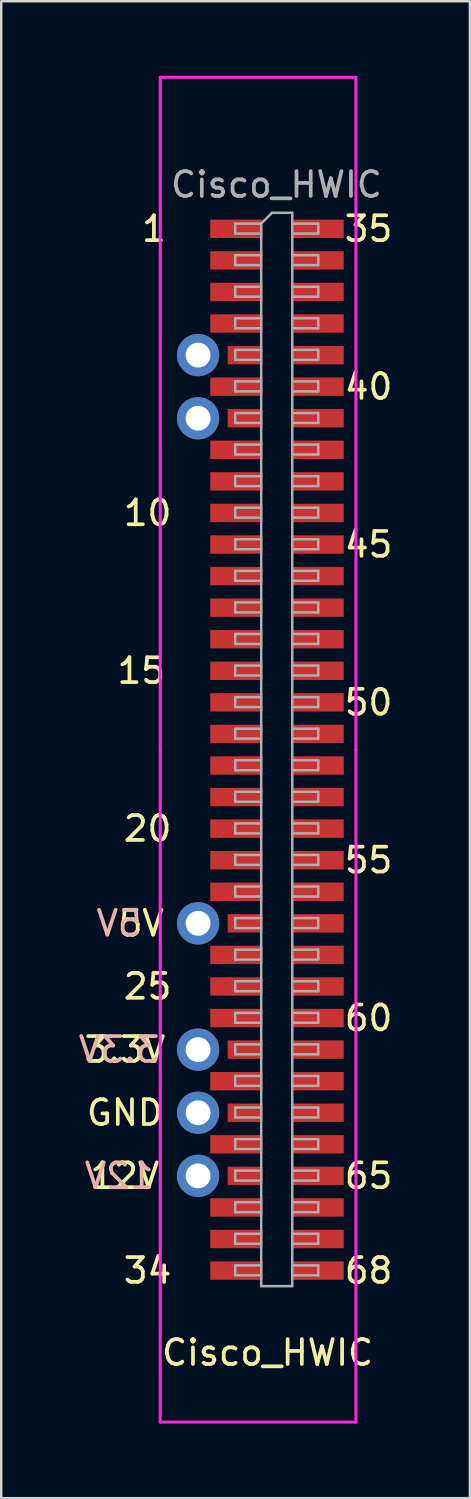
<source format=kicad_pcb>
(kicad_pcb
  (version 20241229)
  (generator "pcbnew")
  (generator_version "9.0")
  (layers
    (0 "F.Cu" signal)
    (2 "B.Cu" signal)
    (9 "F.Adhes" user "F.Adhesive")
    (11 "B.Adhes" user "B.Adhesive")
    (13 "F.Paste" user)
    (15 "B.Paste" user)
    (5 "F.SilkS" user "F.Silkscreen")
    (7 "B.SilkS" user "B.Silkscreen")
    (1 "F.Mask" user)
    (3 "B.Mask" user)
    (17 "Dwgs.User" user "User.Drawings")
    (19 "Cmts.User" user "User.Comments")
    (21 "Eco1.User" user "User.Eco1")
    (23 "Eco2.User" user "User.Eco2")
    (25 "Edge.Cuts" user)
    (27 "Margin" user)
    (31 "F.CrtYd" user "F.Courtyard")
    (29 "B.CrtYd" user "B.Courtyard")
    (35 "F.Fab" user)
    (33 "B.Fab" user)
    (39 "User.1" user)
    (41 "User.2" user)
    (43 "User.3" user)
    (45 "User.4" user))
  (footprint "Cisco_HWIC"
    (layer "F.Cu")
    (at 7.459 48.066)
    (property "Reference" "Cisco_HWIC" (at 0.254 3.302 0) (layer "F.SilkS") (effects (font (size 1 1) (thickness 0.15))))
    (attr smd)
    (fp_line (start -4.064 -48.006) (end -4.064 -20.955) (stroke (width 0.12) (type solid)) (layer "F.CrtYd"))
    (fp_line (start -4.064 -20.955) (end -4.064 6.096) (stroke (width 0.12) (type solid)) (layer "F.CrtYd"))
    (fp_line (start 3.81 -48.006) (end -4.064 -48.006) (stroke (width 0.12) (type solid)) (layer "F.CrtYd"))
    (fp_line (start 3.81 -48.006) (end 3.81 -20.955) (stroke (width 0.12) (type solid)) (layer "F.CrtYd"))
    (fp_line (start 3.81 -20.955) (end 3.81 6.096) (stroke (width 0.12) (type solid)) (layer "F.CrtYd"))
    (fp_line (start 3.81 6.096) (end -4.064 6.096) (stroke (width 0.12) (type solid)) (layer "F.CrtYd"))
    (fp_line (start -1.047 -42.12) (end -1.047 -41.72) (stroke (width 0.1) (type solid)) (layer "F.Fab"))
    (fp_line (start -1.047 -41.72) (end -0.002 -41.72) (stroke (width 0.1) (type solid)) (layer "F.Fab"))
    (fp_line (start -1.047 -40.85) (end -1.047 -40.45) (stroke (width 0.1) (type solid)) (layer "F.Fab"))
    (fp_line (start -1.047 -40.45) (end -0.002 -40.45) (stroke (width 0.1) (type solid)) (layer "F.Fab"))
    (fp_line (start -1.047 -39.58) (end -1.047 -39.18) (stroke (width 0.1) (type solid)) (layer "F.Fab"))
    (fp_line (start -1.047 -39.18) (end -0.002 -39.18) (stroke (width 0.1) (type solid)) (layer "F.Fab"))
    (fp_line (start -1.047 -38.31) (end -1.047 -37.91) (stroke (width 0.1) (type solid)) (layer "F.Fab"))
    (fp_line (start -1.047 -37.91) (end -0.002 -37.91) (stroke (width 0.1) (type solid)) (layer "F.Fab"))
    (fp_line (start -1.047 -37.04) (end -1.047 -36.64) (stroke (width 0.1) (type solid)) (layer "F.Fab"))
    (fp_line (start -1.047 -36.64) (end -0.002 -36.64) (stroke (width 0.1) (type solid)) (layer "F.Fab"))
    (fp_line (start -1.047 -35.77) (end -1.047 -35.37) (stroke (width 0.1) (type solid)) (layer "F.Fab"))
    (fp_line (start -1.047 -35.37) (end -0.002 -35.37) (stroke (width 0.1) (type solid)) (layer "F.Fab"))
    (fp_line (start -1.047 -34.5) (end -1.047 -34.1) (stroke (width 0.1) (type solid)) (layer "F.Fab"))
    (fp_line (start -1.047 -34.1) (end -0.002 -34.1) (stroke (width 0.1) (type solid)) (layer "F.Fab"))
    (fp_line (start -1.047 -33.23) (end -1.047 -32.83) (stroke (width 0.1) (type solid)) (layer "F.Fab"))
    (fp_line (start -1.047 -32.83) (end -0.002 -32.83) (stroke (width 0.1) (type solid)) (layer "F.Fab"))
    (fp_line (start -1.047 -31.96) (end -1.047 -31.56) (stroke (width 0.1) (type solid)) (layer "F.Fab"))
    (fp_line (start -1.047 -31.56) (end -0.002 -31.56) (stroke (width 0.1) (type solid)) (layer "F.Fab"))
    (fp_line (start -1.047 -30.69) (end -1.047 -30.29) (stroke (width 0.1) (type solid)) (layer "F.Fab"))
    (fp_line (start -1.047 -30.29) (end -0.002 -30.29) (stroke (width 0.1) (type solid)) (layer "F.Fab"))
    (fp_line (start -1.047 -29.42) (end -1.047 -29.02) (stroke (width 0.1) (type solid)) (layer "F.Fab"))
    (fp_line (start -1.047 -29.02) (end -0.002 -29.02) (stroke (width 0.1) (type solid)) (layer "F.Fab"))
    (fp_line (start -1.047 -28.15) (end -1.047 -27.75) (stroke (width 0.1) (type solid)) (layer "F.Fab"))
    (fp_line (start -1.047 -27.75) (end -0.002 -27.75) (stroke (width 0.1) (type solid)) (layer "F.Fab"))
    (fp_line (start -1.047 -26.88) (end -1.047 -26.48) (stroke (width 0.1) (type solid)) (layer "F.Fab"))
    (fp_line (start -1.047 -26.48) (end -0.002 -26.48) (stroke (width 0.1) (type solid)) (layer "F.Fab"))
    (fp_line (start -1.047 -25.61) (end -1.047 -25.21) (stroke (width 0.1) (type solid)) (layer "F.Fab"))
    (fp_line (start -1.047 -25.21) (end -0.002 -25.21) (stroke (width 0.1) (type solid)) (layer "F.Fab"))
    (fp_line (start -1.047 -24.34) (end -1.047 -23.94) (stroke (width 0.1) (type solid)) (layer "F.Fab"))
    (fp_line (start -1.047 -23.94) (end -0.002 -23.94) (stroke (width 0.1) (type solid)) (layer "F.Fab"))
    (fp_line (start -1.047 -23.07) (end -1.047 -22.67) (stroke (width 0.1) (type solid)) (layer "F.Fab"))
    (fp_line (start -1.047 -22.67) (end -0.002 -22.67) (stroke (width 0.1) (type solid)) (layer "F.Fab"))
    (fp_line (start -1.047 -21.8) (end -1.047 -21.4) (stroke (width 0.1) (type solid)) (layer "F.Fab"))
    (fp_line (start -1.047 -21.4) (end -0.002 -21.4) (stroke (width 0.1) (type solid)) (layer "F.Fab"))
    (fp_line (start -1.047 -20.53) (end -1.047 -20.13) (stroke (width 0.1) (type solid)) (layer "F.Fab"))
    (fp_line (start -1.047 -20.13) (end -0.002 -20.13) (stroke (width 0.1) (type solid)) (layer "F.Fab"))
    (fp_line (start -1.047 -19.26) (end -1.047 -18.86) (stroke (width 0.1) (type solid)) (layer "F.Fab"))
    (fp_line (start -1.047 -18.86) (end -0.002 -18.86) (stroke (width 0.1) (type solid)) (layer "F.Fab"))
    (fp_line (start -1.047 -17.99) (end -1.047 -17.59) (stroke (width 0.1) (type solid)) (layer "F.Fab"))
    (fp_line (start -1.047 -17.59) (end -0.002 -17.59) (stroke (width 0.1) (type solid)) (layer "F.Fab"))
    (fp_line (start -1.047 -16.72) (end -1.047 -16.32) (stroke (width 0.1) (type solid)) (layer "F.Fab"))
    (fp_line (start -1.047 -16.32) (end -0.002 -16.32) (stroke (width 0.1) (type solid)) (layer "F.Fab"))
    (fp_line (start -1.047 -15.45) (end -1.047 -15.05) (stroke (width 0.1) (type solid)) (layer "F.Fab"))
    (fp_line (start -1.047 -15.05) (end -0.002 -15.05) (stroke (width 0.1) (type solid)) (layer "F.Fab"))
    (fp_line (start -1.047 -14.18) (end -1.047 -13.78) (stroke (width 0.1) (type solid)) (layer "F.Fab"))
    (fp_line (start -1.047 -13.78) (end -0.002 -13.78) (stroke (width 0.1) (type solid)) (layer "F.Fab"))
    (fp_line (start -1.047 -12.91) (end -1.047 -12.51) (stroke (width 0.1) (type solid)) (layer "F.Fab"))
    (fp_line (start -1.047 -12.51) (end -0.002 -12.51) (stroke (width 0.1) (type solid)) (layer "F.Fab"))
    (fp_line (start -1.047 -11.64) (end -1.047 -11.24) (stroke (width 0.1) (type solid)) (layer "F.Fab"))
    (fp_line (start -1.047 -11.24) (end -0.002 -11.24) (stroke (width 0.1) (type solid)) (layer "F.Fab"))
    (fp_line (start -1.047 -10.37) (end -1.047 -9.97) (stroke (width 0.1) (type solid)) (layer "F.Fab"))
    (fp_line (start -1.047 -9.97) (end -0.002 -9.97) (stroke (width 0.1) (type solid)) (layer "F.Fab"))
    (fp_line (start -1.047 -9.1) (end -1.047 -8.7) (stroke (width 0.1) (type solid)) (layer "F.Fab"))
    (fp_line (start -1.047 -8.7) (end -0.002 -8.7) (stroke (width 0.1) (type solid)) (layer "F.Fab"))
    (fp_line (start -1.047 -7.83) (end -1.047 -7.43) (stroke (width 0.1) (type solid)) (layer "F.Fab"))
    (fp_line (start -1.047 -7.43) (end -0.002 -7.43) (stroke (width 0.1) (type solid)) (layer "F.Fab"))
    (fp_line (start -1.047 -6.56) (end -1.047 -6.16) (stroke (width 0.1) (type solid)) (layer "F.Fab"))
    (fp_line (start -1.047 -6.16) (end -0.002 -6.16) (stroke (width 0.1) (type solid)) (layer "F.Fab"))
    (fp_line (start -1.047 -5.29) (end -1.047 -4.89) (stroke (width 0.1) (type solid)) (layer "F.Fab"))
    (fp_line (start -1.047 -4.89) (end -0.002 -4.89) (stroke (width 0.1) (type solid)) (layer "F.Fab"))
    (fp_line (start -1.047 -4.02) (end -1.047 -3.62) (stroke (width 0.1) (type solid)) (layer "F.Fab"))
    (fp_line (start -1.047 -3.62) (end -0.002 -3.62) (stroke (width 0.1) (type solid)) (layer "F.Fab"))
    (fp_line (start -1.047 -2.75) (end -1.047 -2.35) (stroke (width 0.1) (type solid)) (layer "F.Fab"))
    (fp_line (start -1.047 -2.35) (end -0.002 -2.35) (stroke (width 0.1) (type solid)) (layer "F.Fab"))
    (fp_line (start -1.047 -1.48) (end -1.047 -1.08) (stroke (width 0.1) (type solid)) (layer "F.Fab"))
    (fp_line (start -1.047 -1.08) (end -0.002 -1.08) (stroke (width 0.1) (type solid)) (layer "F.Fab"))
    (fp_line (start -1.047 -0.21) (end -1.047 0.19) (stroke (width 0.1) (type solid)) (layer "F.Fab"))
    (fp_line (start -1.047 0.19) (end -0.002 0.19) (stroke (width 0.1) (type solid)) (layer "F.Fab"))
    (fp_line (start -0.002 -42.12) (end -1.047 -42.12) (stroke (width 0.1) (type solid)) (layer "F.Fab"))
    (fp_line (start -0.002 -42.12) (end 0.433 -42.555) (stroke (width 0.1) (type solid)) (layer "F.Fab"))
    (fp_line (start -0.002 -40.85) (end -1.047 -40.85) (stroke (width 0.1) (type solid)) (layer "F.Fab"))
    (fp_line (start -0.002 -39.58) (end -1.047 -39.58) (stroke (width 0.1) (type solid)) (layer "F.Fab"))
    (fp_line (start -0.002 -38.31) (end -1.047 -38.31) (stroke (width 0.1) (type solid)) (layer "F.Fab"))
    (fp_line (start -0.002 -37.04) (end -1.047 -37.04) (stroke (width 0.1) (type solid)) (layer "F.Fab"))
    (fp_line (start -0.002 -35.77) (end -1.047 -35.77) (stroke (width 0.1) (type solid)) (layer "F.Fab"))
    (fp_line (start -0.002 -34.5) (end -1.047 -34.5) (stroke (width 0.1) (type solid)) (layer "F.Fab"))
    (fp_line (start -0.002 -33.23) (end -1.047 -33.23) (stroke (width 0.1) (type solid)) (layer "F.Fab"))
    (fp_line (start -0.002 -31.96) (end -1.047 -31.96) (stroke (width 0.1) (type solid)) (layer "F.Fab"))
    (fp_line (start -0.002 -30.69) (end -1.047 -30.69) (stroke (width 0.1) (type solid)) (layer "F.Fab"))
    (fp_line (start -0.002 -29.42) (end -1.047 -29.42) (stroke (width 0.1) (type solid)) (layer "F.Fab"))
    (fp_line (start -0.002 -28.15) (end -1.047 -28.15) (stroke (width 0.1) (type solid)) (layer "F.Fab"))
    (fp_line (start -0.002 -26.88) (end -1.047 -26.88) (stroke (width 0.1) (type solid)) (layer "F.Fab"))
    (fp_line (start -0.002 -25.61) (end -1.047 -25.61) (stroke (width 0.1) (type solid)) (layer "F.Fab"))
    (fp_line (start -0.002 -24.34) (end -1.047 -24.34) (stroke (width 0.1) (type solid)) (layer "F.Fab"))
    (fp_line (start -0.002 -23.07) (end -1.047 -23.07) (stroke (width 0.1) (type solid)) (layer "F.Fab"))
    (fp_line (start -0.002 -21.8) (end -1.047 -21.8) (stroke (width 0.1) (type solid)) (layer "F.Fab"))
    (fp_line (start -0.002 -20.53) (end -1.047 -20.53) (stroke (width 0.1) (type solid)) (layer "F.Fab"))
    (fp_line (start -0.002 -19.26) (end -1.047 -19.26) (stroke (width 0.1) (type solid)) (layer "F.Fab"))
    (fp_line (start -0.002 -17.99) (end -1.047 -17.99) (stroke (width 0.1) (type solid)) (layer "F.Fab"))
    (fp_line (start -0.002 -16.72) (end -1.047 -16.72) (stroke (width 0.1) (type solid)) (layer "F.Fab"))
    (fp_line (start -0.002 -15.45) (end -1.047 -15.45) (stroke (width 0.1) (type solid)) (layer "F.Fab"))
    (fp_line (start -0.002 -14.18) (end -1.047 -14.18) (stroke (width 0.1) (type solid)) (layer "F.Fab"))
    (fp_line (start -0.002 -12.91) (end -1.047 -12.91) (stroke (width 0.1) (type solid)) (layer "F.Fab"))
    (fp_line (start -0.002 -11.64) (end -1.047 -11.64) (stroke (width 0.1) (type solid)) (layer "F.Fab"))
    (fp_line (start -0.002 -10.37) (end -1.047 -10.37) (stroke (width 0.1) (type solid)) (layer "F.Fab"))
    (fp_line (start -0.002 -9.1) (end -1.047 -9.1) (stroke (width 0.1) (type solid)) (layer "F.Fab"))
    (fp_line (start -0.002 -7.83) (end -1.047 -7.83) (stroke (width 0.1) (type solid)) (layer "F.Fab"))
    (fp_line (start -0.002 -6.56) (end -1.047 -6.56) (stroke (width 0.1) (type solid)) (layer "F.Fab"))
    (fp_line (start -0.002 -5.29) (end -1.047 -5.29) (stroke (width 0.1) (type solid)) (layer "F.Fab"))
    (fp_line (start -0.002 -4.02) (end -1.047 -4.02) (stroke (width 0.1) (type solid)) (layer "F.Fab"))
    (fp_line (start -0.002 -2.75) (end -1.047 -2.75) (stroke (width 0.1) (type solid)) (layer "F.Fab"))
    (fp_line (start -0.002 -1.48) (end -1.047 -1.48) (stroke (width 0.1) (type solid)) (layer "F.Fab"))
    (fp_line (start -0.002 -0.21) (end -1.047 -0.21) (stroke (width 0.1) (type solid)) (layer "F.Fab"))
    (fp_line (start -0.002 0.625) (end -0.002 -42.12) (stroke (width 0.1) (type solid)) (layer "F.Fab"))
    (fp_line (start 0.433 -42.555) (end 1.249 -42.555) (stroke (width 0.1) (type solid)) (layer "F.Fab"))
    (fp_line (start 1.249 -42.555) (end 1.249 0.625) (stroke (width 0.1) (type solid)) (layer "F.Fab"))
    (fp_line (start 1.249 -42.12) (end 2.294 -42.12) (stroke (width 0.1) (type solid)) (layer "F.Fab"))
    (fp_line (start 1.249 -40.85) (end 2.294 -40.85) (stroke (width 0.1) (type solid)) (layer "F.Fab"))
    (fp_line (start 1.249 -39.58) (end 2.294 -39.58) (stroke (width 0.1) (type solid)) (layer "F.Fab"))
    (fp_line (start 1.249 -38.31) (end 2.294 -38.31) (stroke (width 0.1) (type solid)) (layer "F.Fab"))
    (fp_line (start 1.249 -37.04) (end 2.294 -37.04) (stroke (width 0.1) (type solid)) (layer "F.Fab"))
    (fp_line (start 1.249 -35.77) (end 2.294 -35.77) (stroke (width 0.1) (type solid)) (layer "F.Fab"))
    (fp_line (start 1.249 -34.5) (end 2.294 -34.5) (stroke (width 0.1) (type solid)) (layer "F.Fab"))
    (fp_line (start 1.249 -33.23) (end 2.294 -33.23) (stroke (width 0.1) (type solid)) (layer "F.Fab"))
    (fp_line (start 1.249 -31.96) (end 2.294 -31.96) (stroke (width 0.1) (type solid)) (layer "F.Fab"))
    (fp_line (start 1.249 -30.69) (end 2.294 -30.69) (stroke (width 0.1) (type solid)) (layer "F.Fab"))
    (fp_line (start 1.249 -29.42) (end 2.294 -29.42) (stroke (width 0.1) (type solid)) (layer "F.Fab"))
    (fp_line (start 1.249 -28.15) (end 2.294 -28.15) (stroke (width 0.1) (type solid)) (layer "F.Fab"))
    (fp_line (start 1.249 -26.88) (end 2.294 -26.88) (stroke (width 0.1) (type solid)) (layer "F.Fab"))
    (fp_line (start 1.249 -25.61) (end 2.294 -25.61) (stroke (width 0.1) (type solid)) (layer "F.Fab"))
    (fp_line (start 1.249 -24.34) (end 2.294 -24.34) (stroke (width 0.1) (type solid)) (layer "F.Fab"))
    (fp_line (start 1.249 -23.07) (end 2.294 -23.07) (stroke (width 0.1) (type solid)) (layer "F.Fab"))
    (fp_line (start 1.249 -21.8) (end 2.294 -21.8) (stroke (width 0.1) (type solid)) (layer "F.Fab"))
    (fp_line (start 1.249 -20.53) (end 2.294 -20.53) (stroke (width 0.1) (type solid)) (layer "F.Fab"))
    (fp_line (start 1.249 -19.26) (end 2.294 -19.26) (stroke (width 0.1) (type solid)) (layer "F.Fab"))
    (fp_line (start 1.249 -17.99) (end 2.294 -17.99) (stroke (width 0.1) (type solid)) (layer "F.Fab"))
    (fp_line (start 1.249 -16.72) (end 2.294 -16.72) (stroke (width 0.1) (type solid)) (layer "F.Fab"))
    (fp_line (start 1.249 -15.45) (end 2.294 -15.45) (stroke (width 0.1) (type solid)) (layer "F.Fab"))
    (fp_line (start 1.249 -14.18) (end 2.294 -14.18) (stroke (width 0.1) (type solid)) (layer "F.Fab"))
    (fp_line (start 1.249 -12.91) (end 2.294 -12.91) (stroke (width 0.1) (type solid)) (layer "F.Fab"))
    (fp_line (start 1.249 -11.64) (end 2.294 -11.64) (stroke (width 0.1) (type solid)) (layer "F.Fab"))
    (fp_line (start 1.249 -10.37) (end 2.294 -10.37) (stroke (width 0.1) (type solid)) (layer "F.Fab"))
    (fp_line (start 1.249 -9.1) (end 2.294 -9.1) (stroke (width 0.1) (type solid)) (layer "F.Fab"))
    (fp_line (start 1.249 -7.83) (end 2.294 -7.83) (stroke (width 0.1) (type solid)) (layer "F.Fab"))
    (fp_line (start 1.249 -6.56) (end 2.294 -6.56) (stroke (width 0.1) (type solid)) (layer "F.Fab"))
    (fp_line (start 1.249 -5.29) (end 2.294 -5.29) (stroke (width 0.1) (type solid)) (layer "F.Fab"))
    (fp_line (start 1.249 -4.02) (end 2.294 -4.02) (stroke (width 0.1) (type solid)) (layer "F.Fab"))
    (fp_line (start 1.249 -2.75) (end 2.294 -2.75) (stroke (width 0.1) (type solid)) (layer "F.Fab"))
    (fp_line (start 1.249 -1.48) (end 2.294 -1.48) (stroke (width 0.1) (type solid)) (layer "F.Fab"))
    (fp_line (start 1.249 -0.21) (end 2.294 -0.21) (stroke (width 0.1) (type solid)) (layer "F.Fab"))
    (fp_line (start 1.249 0.625) (end -0.002 0.625) (stroke (width 0.1) (type solid)) (layer "F.Fab"))
    (fp_line (start 2.294 -42.12) (end 2.294 -41.72) (stroke (width 0.1) (type solid)) (layer "F.Fab"))
    (fp_line (start 2.294 -41.72) (end 1.249 -41.72) (stroke (width 0.1) (type solid)) (layer "F.Fab"))
    (fp_line (start 2.294 -40.85) (end 2.294 -40.45) (stroke (width 0.1) (type solid)) (layer "F.Fab"))
    (fp_line (start 2.294 -40.45) (end 1.249 -40.45) (stroke (width 0.1) (type solid)) (layer "F.Fab"))
    (fp_line (start 2.294 -39.58) (end 2.294 -39.18) (stroke (width 0.1) (type solid)) (layer "F.Fab"))
    (fp_line (start 2.294 -39.18) (end 1.249 -39.18) (stroke (width 0.1) (type solid)) (layer "F.Fab"))
    (fp_line (start 2.294 -38.31) (end 2.294 -37.91) (stroke (width 0.1) (type solid)) (layer "F.Fab"))
    (fp_line (start 2.294 -37.91) (end 1.249 -37.91) (stroke (width 0.1) (type solid)) (layer "F.Fab"))
    (fp_line (start 2.294 -37.04) (end 2.294 -36.64) (stroke (width 0.1) (type solid)) (layer "F.Fab"))
    (fp_line (start 2.294 -36.64) (end 1.249 -36.64) (stroke (width 0.1) (type solid)) (layer "F.Fab"))
    (fp_line (start 2.294 -35.77) (end 2.294 -35.37) (stroke (width 0.1) (type solid)) (layer "F.Fab"))
    (fp_line (start 2.294 -35.37) (end 1.249 -35.37) (stroke (width 0.1) (type solid)) (layer "F.Fab"))
    (fp_line (start 2.294 -34.5) (end 2.294 -34.1) (stroke (width 0.1) (type solid)) (layer "F.Fab"))
    (fp_line (start 2.294 -34.1) (end 1.249 -34.1) (stroke (width 0.1) (type solid)) (layer "F.Fab"))
    (fp_line (start 2.294 -33.23) (end 2.294 -32.83) (stroke (width 0.1) (type solid)) (layer "F.Fab"))
    (fp_line (start 2.294 -32.83) (end 1.249 -32.83) (stroke (width 0.1) (type solid)) (layer "F.Fab"))
    (fp_line (start 2.294 -31.96) (end 2.294 -31.56) (stroke (width 0.1) (type solid)) (layer "F.Fab"))
    (fp_line (start 2.294 -31.56) (end 1.249 -31.56) (stroke (width 0.1) (type solid)) (layer "F.Fab"))
    (fp_line (start 2.294 -30.69) (end 2.294 -30.29) (stroke (width 0.1) (type solid)) (layer "F.Fab"))
    (fp_line (start 2.294 -30.29) (end 1.249 -30.29) (stroke (width 0.1) (type solid)) (layer "F.Fab"))
    (fp_line (start 2.294 -29.42) (end 2.294 -29.02) (stroke (width 0.1) (type solid)) (layer "F.Fab"))
    (fp_line (start 2.294 -29.02) (end 1.249 -29.02) (stroke (width 0.1) (type solid)) (layer "F.Fab"))
    (fp_line (start 2.294 -28.15) (end 2.294 -27.75) (stroke (width 0.1) (type solid)) (layer "F.Fab"))
    (fp_line (start 2.294 -27.75) (end 1.249 -27.75) (stroke (width 0.1) (type solid)) (layer "F.Fab"))
    (fp_line (start 2.294 -26.88) (end 2.294 -26.48) (stroke (width 0.1) (type solid)) (layer "F.Fab"))
    (fp_line (start 2.294 -26.48) (end 1.249 -26.48) (stroke (width 0.1) (type solid)) (layer "F.Fab"))
    (fp_line (start 2.294 -25.61) (end 2.294 -25.21) (stroke (width 0.1) (type solid)) (layer "F.Fab"))
    (fp_line (start 2.294 -25.21) (end 1.249 -25.21) (stroke (width 0.1) (type solid)) (layer "F.Fab"))
    (fp_line (start 2.294 -24.34) (end 2.294 -23.94) (stroke (width 0.1) (type solid)) (layer "F.Fab"))
    (fp_line (start 2.294 -23.94) (end 1.249 -23.94) (stroke (width 0.1) (type solid)) (layer "F.Fab"))
    (fp_line (start 2.294 -23.07) (end 2.294 -22.67) (stroke (width 0.1) (type solid)) (layer "F.Fab"))
    (fp_line (start 2.294 -22.67) (end 1.249 -22.67) (stroke (width 0.1) (type solid)) (layer "F.Fab"))
    (fp_line (start 2.294 -21.8) (end 2.294 -21.4) (stroke (width 0.1) (type solid)) (layer "F.Fab"))
    (fp_line (start 2.294 -21.4) (end 1.249 -21.4) (stroke (width 0.1) (type solid)) (layer "F.Fab"))
    (fp_line (start 2.294 -20.53) (end 2.294 -20.13) (stroke (width 0.1) (type solid)) (layer "F.Fab"))
    (fp_line (start 2.294 -20.13) (end 1.249 -20.13) (stroke (width 0.1) (type solid)) (layer "F.Fab"))
    (fp_line (start 2.294 -19.26) (end 2.294 -18.86) (stroke (width 0.1) (type solid)) (layer "F.Fab"))
    (fp_line (start 2.294 -18.86) (end 1.249 -18.86) (stroke (width 0.1) (type solid)) (layer "F.Fab"))
    (fp_line (start 2.294 -17.99) (end 2.294 -17.59) (stroke (width 0.1) (type solid)) (layer "F.Fab"))
    (fp_line (start 2.294 -17.59) (end 1.249 -17.59) (stroke (width 0.1) (type solid)) (layer "F.Fab"))
    (fp_line (start 2.294 -16.72) (end 2.294 -16.32) (stroke (width 0.1) (type solid)) (layer "F.Fab"))
    (fp_line (start 2.294 -16.32) (end 1.249 -16.32) (stroke (width 0.1) (type solid)) (layer "F.Fab"))
    (fp_line (start 2.294 -15.45) (end 2.294 -15.05) (stroke (width 0.1) (type solid)) (layer "F.Fab"))
    (fp_line (start 2.294 -15.05) (end 1.249 -15.05) (stroke (width 0.1) (type solid)) (layer "F.Fab"))
    (fp_line (start 2.294 -14.18) (end 2.294 -13.78) (stroke (width 0.1) (type solid)) (layer "F.Fab"))
    (fp_line (start 2.294 -13.78) (end 1.249 -13.78) (stroke (width 0.1) (type solid)) (layer "F.Fab"))
    (fp_line (start 2.294 -12.91) (end 2.294 -12.51) (stroke (width 0.1) (type solid)) (layer "F.Fab"))
    (fp_line (start 2.294 -12.51) (end 1.249 -12.51) (stroke (width 0.1) (type solid)) (layer "F.Fab"))
    (fp_line (start 2.294 -11.64) (end 2.294 -11.24) (stroke (width 0.1) (type solid)) (layer "F.Fab"))
    (fp_line (start 2.294 -11.24) (end 1.249 -11.24) (stroke (width 0.1) (type solid)) (layer "F.Fab"))
    (fp_line (start 2.294 -10.37) (end 2.294 -9.97) (stroke (width 0.1) (type solid)) (layer "F.Fab"))
    (fp_line (start 2.294 -9.97) (end 1.249 -9.97) (stroke (width 0.1) (type solid)) (layer "F.Fab"))
    (fp_line (start 2.294 -9.1) (end 2.294 -8.7) (stroke (width 0.1) (type solid)) (layer "F.Fab"))
    (fp_line (start 2.294 -8.7) (end 1.249 -8.7) (stroke (width 0.1) (type solid)) (layer "F.Fab"))
    (fp_line (start 2.294 -7.83) (end 2.294 -7.43) (stroke (width 0.1) (type solid)) (layer "F.Fab"))
    (fp_line (start 2.294 -7.43) (end 1.249 -7.43) (stroke (width 0.1) (type solid)) (layer "F.Fab"))
    (fp_line (start 2.294 -6.56) (end 2.294 -6.16) (stroke (width 0.1) (type solid)) (layer "F.Fab"))
    (fp_line (start 2.294 -6.16) (end 1.249 -6.16) (stroke (width 0.1) (type solid)) (layer "F.Fab"))
    (fp_line (start 2.294 -5.29) (end 2.294 -4.89) (stroke (width 0.1) (type solid)) (layer "F.Fab"))
    (fp_line (start 2.294 -4.89) (end 1.249 -4.89) (stroke (width 0.1) (type solid)) (layer "F.Fab"))
    (fp_line (start 2.294 -4.02) (end 2.294 -3.62) (stroke (width 0.1) (type solid)) (layer "F.Fab"))
    (fp_line (start 2.294 -3.62) (end 1.249 -3.62) (stroke (width 0.1) (type solid)) (layer "F.Fab"))
    (fp_line (start 2.294 -2.75) (end 2.294 -2.35) (stroke (width 0.1) (type solid)) (layer "F.Fab"))
    (fp_line (start 2.294 -2.35) (end 1.249 -2.35) (stroke (width 0.1) (type solid)) (layer "F.Fab"))
    (fp_line (start 2.294 -1.48) (end 2.294 -1.08) (stroke (width 0.1) (type solid)) (layer "F.Fab"))
    (fp_line (start 2.294 -1.08) (end 1.249 -1.08) (stroke (width 0.1) (type solid)) (layer "F.Fab"))
    (fp_line (start 2.294 -0.21) (end 2.294 0.19) (stroke (width 0.1) (type solid)) (layer "F.Fab"))
    (fp_line (start 2.294 0.19) (end 1.249 0.19) (stroke (width 0.1) (type solid)) (layer "F.Fab"))
    (fp_text user "15" (at -4.826 -24.13 0) (layer "F.SilkS") (effects (font (size 1 1) (thickness 0.15))))
    (fp_text user "10" (at -4.572 -30.48 0) (layer "F.SilkS") (effects (font (size 1 1) (thickness 0.15))))
    (fp_text user "35" (at 4.318 -41.91 0) (layer "F.SilkS") (effects (font (size 1 1) (thickness 0.15))))
    (fp_text user "40" (at 4.318 -35.56 0) (layer "F.SilkS") (effects (font (size 1 1) (thickness 0.15))))
    (fp_text user "55" (at 4.318 -16.51 0) (layer "F.SilkS") (effects (font (size 1 1) (thickness 0.15))))
    (fp_text user "12V" (at -5.485 -3.81 0) (layer "F.SilkS") (effects (font (size 1 1) (thickness 0.15))))
    (fp_text user "68" (at 4.318 0 0) (layer "F.SilkS") (effects (font (size 1 1) (thickness 0.15))))
    (fp_text user "60" (at 4.318 -10.16 0) (layer "F.SilkS") (effects (font (size 1 1) (thickness 0.15))))
    (fp_text user "65" (at 4.318 -3.81 0) (layer "F.SilkS") (effects (font (size 1 1) (thickness 0.15))))
    (fp_text user "5V" (at -4.826 -13.97 0) (layer "F.SilkS") (effects (font (size 1 1) (thickness 0.15))))
    (fp_text user "20" (at -4.572 -17.78 0) (layer "F.SilkS") (effects (font (size 1 1) (thickness 0.15))))
    (fp_text user "50" (at 4.318 -22.86 0) (layer "F.SilkS") (effects (font (size 1 1) (thickness 0.15))))
    (fp_text user "25" (at -4.572 -11.43 0) (layer "F.SilkS") (effects (font (size 1 1) (thickness 0.15))))
    (fp_text user "1" (at -4.318 -41.91 0) (layer "F.SilkS") (effects (font (size 1 1) (thickness 0.15))))
    (fp_text user "45" (at 4.318 -29.21 0) (layer "F.SilkS") (effects (font (size 1 1) (thickness 0.15))))
    (fp_text user "3.3V" (at -5.485 -8.89 0) (layer "F.SilkS") (effects (font (size 1 1) (thickness 0.15))))
    (fp_text user "GND" (at -5.485 -6.35 0) (layer "F.SilkS") (effects (font (size 1 1) (thickness 0.15))))
    (fp_text user "34" (at -4.572 0 0) (layer "F.SilkS") (effects (font (size 1 1) (thickness 0.15))))
    (fp_text user "12V" (at -5.715 -3.81 0) (layer "B.SilkS") (effects (font (size 1 1) (thickness 0.15)) (justify mirror)))
    (fp_text user "3.3V" (at -5.715 -8.89 0) (layer "B.SilkS") (effects (font (size 1 1) (thickness 0.15)) (justify mirror)))
    (fp_text user "5V" (at -5.715 -13.97 0) (layer "B.SilkS") (effects (font (size 1 1) (thickness 0.15)) (justify mirror)))
    (fp_text user "${REFERENCE}" (at 0.61 -43.688 180) (layer "F.Fab") (effects (font (size 1 1) (thickness 0.15))))
    (pad "1" smd rect (at 0 -41.91) (size 2.1 0.74) (drill (offset -1 0)) (layers "F.Cu" "F.Mask" "F.Paste"))
    (pad "2" smd rect (at 0 -40.64) (size 2.1 0.74) (drill (offset -1 0)) (layers "F.Cu" "F.Mask" "F.Paste"))
    (pad "3" smd rect (at 0 -39.37) (size 2.1 0.74) (drill (offset -1 0)) (layers "F.Cu" "F.Mask" "F.Paste"))
    (pad "4" smd rect (at 0 -38.1) (size 2.1 0.74) (drill (offset -1 0)) (layers "F.Cu" "F.Mask" "F.Paste"))
    (pad "5" smd rect (at 0 -36.83) (size 1.4 0.74) (drill (offset -0.65 0)) (layers "F.Cu" "F.Mask" "F.Paste"))
    (pad "6" smd rect (at 0 -35.56) (size 2.1 0.74) (drill (offset -1 0)) (layers "F.Cu" "F.Mask" "F.Paste"))
    (pad "7" smd rect (at 0 -34.29) (size 1.4 0.74) (drill (offset -0.65 0)) (layers "F.Cu" "F.Mask" "F.Paste"))
    (pad "8" smd rect (at 0 -33.02) (size 2.1 0.74) (drill (offset -1 0)) (layers "F.Cu" "F.Mask" "F.Paste"))
    (pad "9" smd rect (at 0 -31.75) (size 2.1 0.74) (drill (offset -1 0)) (layers "F.Cu" "F.Mask" "F.Paste"))
    (pad "10" smd rect (at 0 -30.48) (size 2.1 0.74) (drill (offset -1 0)) (layers "F.Cu" "F.Mask" "F.Paste"))
    (pad "11" smd rect (at 0 -29.21) (size 2.1 0.74) (drill (offset -1 0)) (layers "F.Cu" "F.Mask" "F.Paste"))
    (pad "12" smd rect (at 0 -27.94) (size 2.1 0.74) (drill (offset -1 0)) (layers "F.Cu" "F.Mask" "F.Paste"))
    (pad "13" smd rect (at 0 -26.67) (size 2.1 0.74) (drill (offset -1 0)) (layers "F.Cu" "F.Mask" "F.Paste"))
    (pad "14" smd rect (at 0 -25.4) (size 2.1 0.74) (drill (offset -1 0)) (layers "F.Cu" "F.Mask" "F.Paste"))
    (pad "15" smd rect (at 0 -24.13) (size 2.1 0.74) (drill (offset -1 0)) (layers "F.Cu" "F.Mask" "F.Paste"))
    (pad "16" smd rect (at 0 -22.86) (size 2.1 0.74) (drill (offset -1 0)) (layers "F.Cu" "F.Mask" "F.Paste"))
    (pad "17" smd rect (at 0 -21.59) (size 2.1 0.74) (drill (offset -1 0)) (layers "F.Cu" "F.Mask" "F.Paste"))
    (pad "18" smd rect (at 0 -20.32) (size 2.1 0.74) (drill (offset -1 0)) (layers "F.Cu" "F.Mask" "F.Paste"))
    (pad "19" smd rect (at 0 -19.05) (size 2.1 0.74) (drill (offset -1 0)) (layers "F.Cu" "F.Mask" "F.Paste"))
    (pad "20" smd rect (at 0 -17.78) (size 2.1 0.74) (drill (offset -1 0)) (layers "F.Cu" "F.Mask" "F.Paste"))
    (pad "21" smd rect (at 0 -16.51) (size 2.1 0.74) (drill (offset -1 0)) (layers "F.Cu" "F.Mask" "F.Paste"))
    (pad "22" smd rect (at 0 -15.24) (size 2.1 0.74) (drill (offset -1 0)) (layers "F.Cu" "F.Mask" "F.Paste"))
    (pad "23" smd rect (at 0 -13.97) (size 1.4 0.74) (drill (offset -0.65 0)) (layers "F.Cu" "F.Mask" "F.Paste"))
    (pad "24" smd rect (at 0 -12.7) (size 2.1 0.74) (drill (offset -1 0)) (layers "F.Cu" "F.Mask" "F.Paste"))
    (pad "25" smd rect (at 0 -11.43) (size 2.1 0.74) (drill (offset -1 0)) (layers "F.Cu" "F.Mask" "F.Paste"))
    (pad "26" smd rect (at 0 -10.16) (size 2.1 0.74) (drill (offset -1 0)) (layers "F.Cu" "F.Mask" "F.Paste"))
    (pad "27" smd rect (at 0 -8.89) (size 1.4 0.74) (drill (offset -0.65 0)) (layers "F.Cu" "F.Mask" "F.Paste"))
    (pad "28" smd rect (at 0 -7.62) (size 2.1 0.74) (drill (offset -1 0)) (layers "F.Cu" "F.Mask" "F.Paste"))
    (pad "29" smd rect (at 0 -6.35) (size 1.4 0.74) (drill (offset -0.65 0)) (layers "F.Cu" "F.Mask" "F.Paste"))
    (pad "30" smd rect (at 0 -5.08) (size 2.1 0.74) (drill (offset -1 0)) (layers "F.Cu" "F.Mask" "F.Paste"))
    (pad "31" smd rect (at 0 -3.81) (size 1.4 0.74) (drill (offset -0.65 0)) (layers "F.Cu" "F.Mask" "F.Paste"))
    (pad "32" smd rect (at 0 -2.54) (size 2.1 0.74) (drill (offset -1 0)) (layers "F.Cu" "F.Mask" "F.Paste"))
    (pad "33" smd rect (at 0 -1.27) (size 2.1 0.74) (drill (offset -1 0)) (layers "F.Cu" "F.Mask" "F.Paste"))
    (pad "34" smd rect (at 0 0) (size 2.1 0.74) (drill (offset -1 0)) (layers "F.Cu" "F.Mask" "F.Paste"))
    (pad "35" smd rect (at 1.27 -41.91) (size 2.1 0.74) (drill (offset 1 0)) (layers "F.Cu" "F.Mask" "F.Paste"))
    (pad "36" smd rect (at 1.27 -40.64) (size 2.1 0.74) (drill (offset 1 0)) (layers "F.Cu" "F.Mask" "F.Paste"))
    (pad "37" smd rect (at 1.27 -39.37) (size 2.1 0.74) (drill (offset 1 0)) (layers "F.Cu" "F.Mask" "F.Paste"))
    (pad "38" smd rect (at 1.27 -38.1) (size 2.1 0.74) (drill (offset 1 0)) (layers "F.Cu" "F.Mask" "F.Paste"))
    (pad "39" smd rect (at 1.27 -36.83) (size 2.1 0.74) (drill (offset 1 0)) (layers "F.Cu" "F.Mask" "F.Paste"))
    (pad "40" smd rect (at 1.27 -35.56) (size 2.1 0.74) (drill (offset 1 0)) (layers "F.Cu" "F.Mask" "F.Paste"))
    (pad "41" smd rect (at 1.27 -34.29) (size 2.1 0.74) (drill (offset 1 0)) (layers "F.Cu" "F.Mask" "F.Paste"))
    (pad "42" smd rect (at 1.27 -33.02) (size 2.1 0.74) (drill (offset 1 0)) (layers "F.Cu" "F.Mask" "F.Paste"))
    (pad "43" smd rect (at 1.27 -31.75) (size 2.1 0.74) (drill (offset 1 0)) (layers "F.Cu" "F.Mask" "F.Paste"))
    (pad "44" smd rect (at 1.27 -30.48) (size 2.1 0.74) (drill (offset 1 0)) (layers "F.Cu" "F.Mask" "F.Paste"))
    (pad "45" smd rect (at 1.27 -29.21) (size 2.1 0.74) (drill (offset 1 0)) (layers "F.Cu" "F.Mask" "F.Paste"))
    (pad "46" smd rect (at 1.27 -27.94) (size 2.1 0.74) (drill (offset 1 0)) (layers "F.Cu" "F.Mask" "F.Paste"))
    (pad "47" smd rect (at 1.27 -26.67) (size 2.1 0.74) (drill (offset 1 0)) (layers "F.Cu" "F.Mask" "F.Paste"))
    (pad "48" smd rect (at 1.27 -25.4) (size 2.1 0.74) (drill (offset 1 0)) (layers "F.Cu" "F.Mask" "F.Paste"))
    (pad "49" smd rect (at 1.27 -24.13) (size 2.1 0.74) (drill (offset 1 0)) (layers "F.Cu" "F.Mask" "F.Paste"))
    (pad "50" smd rect (at 1.27 -22.86) (size 2.1 0.74) (drill (offset 1 0)) (layers "F.Cu" "F.Mask" "F.Paste"))
    (pad "51" smd rect (at 1.27 -21.59) (size 2.1 0.74) (drill (offset 1 0)) (layers "F.Cu" "F.Mask" "F.Paste"))
    (pad "52" smd rect (at 1.27 -20.32) (size 2.1 0.74) (drill (offset 1 0)) (layers "F.Cu" "F.Mask" "F.Paste"))
    (pad "53" smd rect (at 1.27 -19.05) (size 2.1 0.74) (drill (offset 1 0)) (layers "F.Cu" "F.Mask" "F.Paste"))
    (pad "54" smd rect (at 1.27 -17.78) (size 2.1 0.74) (drill (offset 1 0)) (layers "F.Cu" "F.Mask" "F.Paste"))
    (pad "55" smd rect (at 1.27 -16.51) (size 2.1 0.74) (drill (offset 1 0)) (layers "F.Cu" "F.Mask" "F.Paste"))
    (pad "56" smd rect (at 1.27 -15.24) (size 2.1 0.74) (drill (offset 1 0)) (layers "F.Cu" "F.Mask" "F.Paste"))
    (pad "57" smd rect (at 1.27 -13.97) (size 2.1 0.74) (drill (offset 1 0)) (layers "F.Cu" "F.Mask" "F.Paste"))
    (pad "58" smd rect (at 1.27 -12.7) (size 2.1 0.74) (drill (offset 1 0)) (layers "F.Cu" "F.Mask" "F.Paste"))
    (pad "59" smd rect (at 1.27 -11.43) (size 2.1 0.74) (drill (offset 1 0)) (layers "F.Cu" "F.Mask" "F.Paste"))
    (pad "60" smd rect (at 1.27 -10.16) (size 2.1 0.74) (drill (offset 1 0)) (layers "F.Cu" "F.Mask" "F.Paste"))
    (pad "61" smd rect (at 1.27 -8.89) (size 2.1 0.74) (drill (offset 1 0)) (layers "F.Cu" "F.Mask" "F.Paste"))
    (pad "62" smd rect (at 1.27 -7.62) (size 2.1 0.74) (drill (offset 1 0)) (layers "F.Cu" "F.Mask" "F.Paste"))
    (pad "63" smd rect (at 1.27 -6.35) (size 2.1 0.74) (drill (offset 1 0)) (layers "F.Cu" "F.Mask" "F.Paste"))
    (pad "64" smd rect (at 1.27 -5.08) (size 2.1 0.74) (drill (offset 1 0)) (layers "F.Cu" "F.Mask" "F.Paste"))
    (pad "65" smd rect (at 1.27 -3.81) (size 2.1 0.74) (drill (offset 1 0)) (layers "F.Cu" "F.Mask" "F.Paste"))
    (pad "66" smd rect (at 1.27 -2.54) (size 2.1 0.74) (drill (offset 1 0)) (layers "F.Cu" "F.Mask" "F.Paste"))
    (pad "67" smd rect (at 1.27 -1.27) (size 2.1 0.74) (drill (offset 1 0)) (layers "F.Cu" "F.Mask" "F.Paste"))
    (pad "68" smd rect (at 1.27 0) (size 2.1 0.74) (drill (offset 1 0)) (layers "F.Cu" "F.Mask" "F.Paste"))
    (pad "71" thru_hole oval (at -2.54 -36.83) (size 1.7 1.7) (drill 1) (layers "*.Cu" "*.Mask"))
    (pad "72" thru_hole oval (at -2.54 -34.29) (size 1.7 1.7) (drill 1) (layers "*.Cu" "*.Mask"))
    (pad "80" thru_hole oval (at -2.54 -13.97) (size 1.7 1.7) (drill 1) (layers "*.Cu" "*.Mask"))
    (pad "82" thru_hole oval (at -2.54 -8.89) (size 1.7 1.7) (drill 1) (layers "*.Cu" "*.Mask"))
    (pad "83" thru_hole oval (at -2.54 -6.35) (size 1.7 1.7) (drill 1) (layers "*.Cu" "*.Mask"))
    (pad "84" thru_hole oval (at -2.54 -3.81) (size 1.7 1.7) (drill 1) (layers "*.Cu" "*.Mask")))
  (gr_rect
    (start -3 -3)
    (end 15.854 57.222)
    (stroke (width 0.1) (type default))
    (fill no)
    (layer "Edge.Cuts")))
</source>
